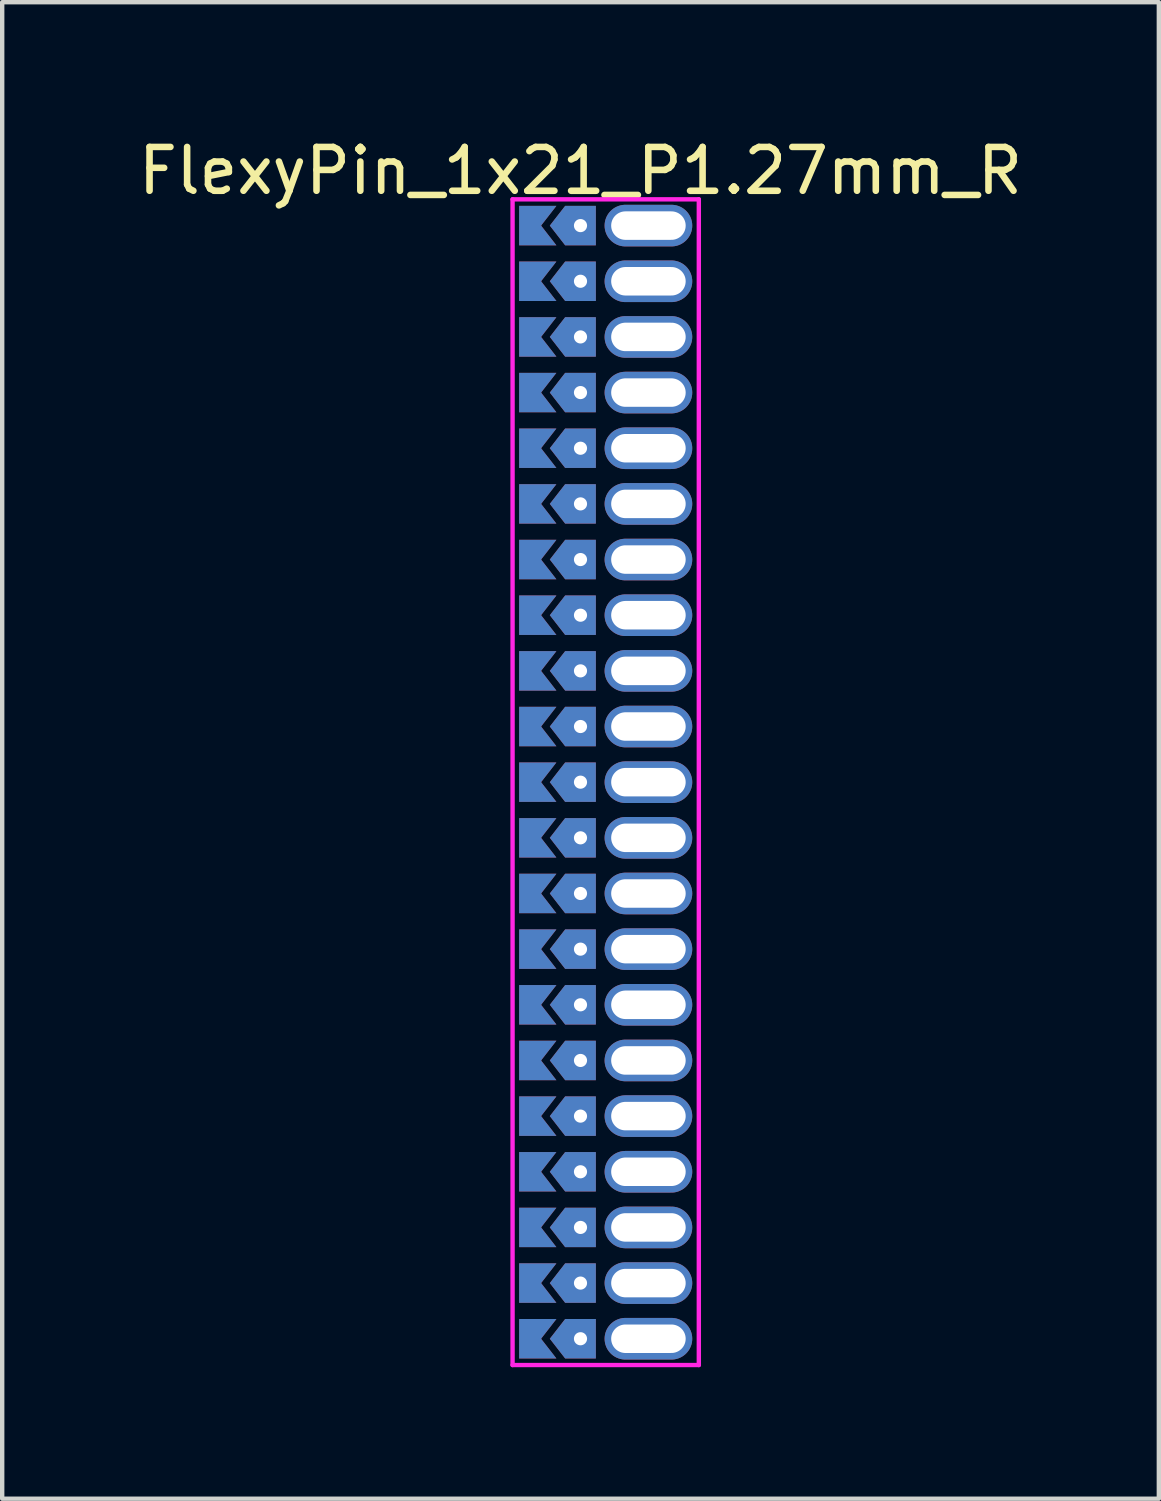
<source format=kicad_pcb>
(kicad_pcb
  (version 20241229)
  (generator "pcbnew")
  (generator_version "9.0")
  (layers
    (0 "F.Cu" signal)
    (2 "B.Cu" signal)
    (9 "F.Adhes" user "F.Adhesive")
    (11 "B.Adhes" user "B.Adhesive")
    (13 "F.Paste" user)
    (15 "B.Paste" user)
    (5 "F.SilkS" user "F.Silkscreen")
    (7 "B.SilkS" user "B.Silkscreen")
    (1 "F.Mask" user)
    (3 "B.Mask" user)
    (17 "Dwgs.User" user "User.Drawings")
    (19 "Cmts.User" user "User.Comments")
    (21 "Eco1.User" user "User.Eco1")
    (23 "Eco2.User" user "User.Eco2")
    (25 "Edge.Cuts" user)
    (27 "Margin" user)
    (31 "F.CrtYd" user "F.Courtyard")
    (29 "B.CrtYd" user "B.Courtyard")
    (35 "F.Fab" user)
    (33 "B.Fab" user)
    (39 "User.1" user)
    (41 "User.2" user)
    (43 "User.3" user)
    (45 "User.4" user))
  (footprint "FlexyPin_1x21_P1.27mm_R"
    (layer "F.Cu")
    (at 10.196 2.098)
    (property "Reference" "FlexyPin_1x21_P1.27mm_R" (at 0 -1.25 0) (layer "F.SilkS") (effects (font (size 1 1) (thickness 0.15))))
    (attr through_hole)
    (fp_line (start -1.55 -0.6) (end 2.7 -0.6) (stroke (width 0.1) (type solid)) (layer "F.CrtYd"))
    (fp_line (start -1.55 26) (end -1.55 -0.6) (stroke (width 0.1) (type solid)) (layer "F.CrtYd"))
    (fp_line (start 2.7 -0.6) (end 2.7 26) (stroke (width 0.1) (type solid)) (layer "F.CrtYd"))
    (fp_line (start 2.7 26) (end -1.55 26) (stroke (width 0.1) (type solid)) (layer "F.CrtYd"))
    (pad "" thru_hole custom (at 0 0) (size 0.3 0.3) (drill 0.6) (layers "*.Cu" "*.Mask") (options (anchor rect)) (primitives (gr_poly (pts (xy 0.35 0.45) (xy 0.35 -0.45) (xy -0.35 -0.45) (xy -0.7 0) (xy -0.35 0.45)) (width 0) (fill yes))))
    (pad "" thru_hole custom (at 0 1.27) (size 0.3 0.3) (drill 0.6) (layers "*.Cu" "*.Mask") (options (anchor rect)) (primitives (gr_poly (pts (xy 0.35 0.45) (xy 0.35 -0.45) (xy -0.35 -0.45) (xy -0.7 0) (xy -0.35 0.45)) (width 0) (fill yes))))
    (pad "" thru_hole custom (at 0 2.54) (size 0.3 0.3) (drill 0.6) (layers "*.Cu" "*.Mask") (options (anchor rect)) (primitives (gr_poly (pts (xy 0.35 0.45) (xy 0.35 -0.45) (xy -0.35 -0.45) (xy -0.7 0) (xy -0.35 0.45)) (width 0) (fill yes))))
    (pad "" thru_hole custom (at 0 3.81) (size 0.3 0.3) (drill 0.6) (layers "*.Cu" "*.Mask") (options (anchor rect)) (primitives (gr_poly (pts (xy 0.35 0.45) (xy 0.35 -0.45) (xy -0.35 -0.45) (xy -0.7 0) (xy -0.35 0.45)) (width 0) (fill yes))))
    (pad "" thru_hole custom (at 0 5.08) (size 0.3 0.3) (drill 0.6) (layers "*.Cu" "*.Mask") (options (anchor rect)) (primitives (gr_poly (pts (xy 0.35 0.45) (xy 0.35 -0.45) (xy -0.35 -0.45) (xy -0.7 0) (xy -0.35 0.45)) (width 0) (fill yes))))
    (pad "" thru_hole custom (at 0 6.35) (size 0.3 0.3) (drill 0.6) (layers "*.Cu" "*.Mask") (options (anchor rect)) (primitives (gr_poly (pts (xy 0.35 0.45) (xy 0.35 -0.45) (xy -0.35 -0.45) (xy -0.7 0) (xy -0.35 0.45)) (width 0) (fill yes))))
    (pad "" thru_hole custom (at 0 7.62) (size 0.3 0.3) (drill 0.6) (layers "*.Cu" "*.Mask") (options (anchor rect)) (primitives (gr_poly (pts (xy 0.35 0.45) (xy 0.35 -0.45) (xy -0.35 -0.45) (xy -0.7 0) (xy -0.35 0.45)) (width 0) (fill yes))))
    (pad "" thru_hole custom (at 0 8.89) (size 0.3 0.3) (drill 0.6) (layers "*.Cu" "*.Mask") (options (anchor rect)) (primitives (gr_poly (pts (xy 0.35 0.45) (xy 0.35 -0.45) (xy -0.35 -0.45) (xy -0.7 0) (xy -0.35 0.45)) (width 0) (fill yes))))
    (pad "" thru_hole custom (at 0 10.16) (size 0.3 0.3) (drill 0.6) (layers "*.Cu" "*.Mask") (options (anchor rect)) (primitives (gr_poly (pts (xy 0.35 0.45) (xy 0.35 -0.45) (xy -0.35 -0.45) (xy -0.7 0) (xy -0.35 0.45)) (width 0) (fill yes))))
    (pad "" thru_hole custom (at 0 11.43) (size 0.3 0.3) (drill 0.6) (layers "*.Cu" "*.Mask") (options (anchor rect)) (primitives (gr_poly (pts (xy 0.35 0.45) (xy 0.35 -0.45) (xy -0.35 -0.45) (xy -0.7 0) (xy -0.35 0.45)) (width 0) (fill yes))))
    (pad "" thru_hole custom (at 0 12.7) (size 0.3 0.3) (drill 0.6) (layers "*.Cu" "*.Mask") (options (anchor rect)) (primitives (gr_poly (pts (xy 0.35 0.45) (xy 0.35 -0.45) (xy -0.35 -0.45) (xy -0.7 0) (xy -0.35 0.45)) (width 0) (fill yes))))
    (pad "" thru_hole custom (at 0 13.97) (size 0.3 0.3) (drill 0.6) (layers "*.Cu" "*.Mask") (options (anchor rect)) (primitives (gr_poly (pts (xy 0.35 0.45) (xy 0.35 -0.45) (xy -0.35 -0.45) (xy -0.7 0) (xy -0.35 0.45)) (width 0) (fill yes))))
    (pad "" thru_hole custom (at 0 15.24) (size 0.3 0.3) (drill 0.6) (layers "*.Cu" "*.Mask") (options (anchor rect)) (primitives (gr_poly (pts (xy 0.35 0.45) (xy 0.35 -0.45) (xy -0.35 -0.45) (xy -0.7 0) (xy -0.35 0.45)) (width 0) (fill yes))))
    (pad "" thru_hole custom (at 0 16.51) (size 0.3 0.3) (drill 0.6) (layers "*.Cu" "*.Mask") (options (anchor rect)) (primitives (gr_poly (pts (xy 0.35 0.45) (xy 0.35 -0.45) (xy -0.35 -0.45) (xy -0.7 0) (xy -0.35 0.45)) (width 0) (fill yes))))
    (pad "" thru_hole custom (at 0 17.78) (size 0.3 0.3) (drill 0.6) (layers "*.Cu" "*.Mask") (options (anchor rect)) (primitives (gr_poly (pts (xy 0.35 0.45) (xy 0.35 -0.45) (xy -0.35 -0.45) (xy -0.7 0) (xy -0.35 0.45)) (width 0) (fill yes))))
    (pad "" thru_hole custom (at 0 19.05) (size 0.3 0.3) (drill 0.6) (layers "*.Cu" "*.Mask") (options (anchor rect)) (primitives (gr_poly (pts (xy 0.35 0.45) (xy 0.35 -0.45) (xy -0.35 -0.45) (xy -0.7 0) (xy -0.35 0.45)) (width 0) (fill yes))))
    (pad "" thru_hole custom (at 0 20.32) (size 0.3 0.3) (drill 0.6) (layers "*.Cu" "*.Mask") (options (anchor rect)) (primitives (gr_poly (pts (xy 0.35 0.45) (xy 0.35 -0.45) (xy -0.35 -0.45) (xy -0.7 0) (xy -0.35 0.45)) (width 0) (fill yes))))
    (pad "" thru_hole custom (at 0 21.59) (size 0.3 0.3) (drill 0.6) (layers "*.Cu" "*.Mask") (options (anchor rect)) (primitives (gr_poly (pts (xy 0.35 0.45) (xy 0.35 -0.45) (xy -0.35 -0.45) (xy -0.7 0) (xy -0.35 0.45)) (width 0) (fill yes))))
    (pad "" thru_hole custom (at 0 22.86) (size 0.3 0.3) (drill 0.6) (layers "*.Cu" "*.Mask") (options (anchor rect)) (primitives (gr_poly (pts (xy 0.35 0.45) (xy 0.35 -0.45) (xy -0.35 -0.45) (xy -0.7 0) (xy -0.35 0.45)) (width 0) (fill yes))))
    (pad "" thru_hole custom (at 0 24.13) (size 0.3 0.3) (drill 0.6) (layers "*.Cu" "*.Mask") (options (anchor rect)) (primitives (gr_poly (pts (xy 0.35 0.45) (xy 0.35 -0.45) (xy -0.35 -0.45) (xy -0.7 0) (xy -0.35 0.45)) (width 0) (fill yes))))
    (pad "" thru_hole custom (at 0 25.4) (size 0.3 0.3) (drill 0.6) (layers "*.Cu" "*.Mask") (options (anchor rect)) (primitives (gr_poly (pts (xy 0.35 0.45) (xy 0.35 -0.45) (xy -0.35 -0.45) (xy -0.7 0) (xy -0.35 0.45)) (width 0) (fill yes))))
    (pad "" thru_hole oval (at 1.55 0) (size 2 0.95) (drill oval 1.7 0.65) (layers "*.Cu" "*.Mask"))
    (pad "" thru_hole oval (at 1.55 1.27) (size 2 0.95) (drill oval 1.7 0.65) (layers "*.Cu" "*.Mask"))
    (pad "" thru_hole oval (at 1.55 2.54) (size 2 0.95) (drill oval 1.7 0.65) (layers "*.Cu" "*.Mask"))
    (pad "" thru_hole oval (at 1.55 3.81) (size 2 0.95) (drill oval 1.7 0.65) (layers "*.Cu" "*.Mask"))
    (pad "" thru_hole oval (at 1.55 5.08) (size 2 0.95) (drill oval 1.7 0.65) (layers "*.Cu" "*.Mask"))
    (pad "" thru_hole oval (at 1.55 6.35) (size 2 0.95) (drill oval 1.7 0.65) (layers "*.Cu" "*.Mask"))
    (pad "" thru_hole oval (at 1.55 7.62) (size 2 0.95) (drill oval 1.7 0.65) (layers "*.Cu" "*.Mask"))
    (pad "" thru_hole oval (at 1.55 8.89) (size 2 0.95) (drill oval 1.7 0.65) (layers "*.Cu" "*.Mask"))
    (pad "" thru_hole oval (at 1.55 10.16) (size 2 0.95) (drill oval 1.7 0.65) (layers "*.Cu" "*.Mask"))
    (pad "" thru_hole oval (at 1.55 11.43) (size 2 0.95) (drill oval 1.7 0.65) (layers "*.Cu" "*.Mask"))
    (pad "" thru_hole oval (at 1.55 12.7) (size 2 0.95) (drill oval 1.7 0.65) (layers "*.Cu" "*.Mask"))
    (pad "" thru_hole oval (at 1.55 13.97) (size 2 0.95) (drill oval 1.7 0.65) (layers "*.Cu" "*.Mask"))
    (pad "" thru_hole oval (at 1.55 15.24) (size 2 0.95) (drill oval 1.7 0.65) (layers "*.Cu" "*.Mask"))
    (pad "" thru_hole oval (at 1.55 16.51) (size 2 0.95) (drill oval 1.7 0.65) (layers "*.Cu" "*.Mask"))
    (pad "" thru_hole oval (at 1.55 17.78) (size 2 0.95) (drill oval 1.7 0.65) (layers "*.Cu" "*.Mask"))
    (pad "" thru_hole oval (at 1.55 19.05) (size 2 0.95) (drill oval 1.7 0.65) (layers "*.Cu" "*.Mask"))
    (pad "" thru_hole oval (at 1.55 20.32) (size 2 0.95) (drill oval 1.7 0.65) (layers "*.Cu" "*.Mask"))
    (pad "" thru_hole oval (at 1.55 21.59) (size 2 0.95) (drill oval 1.7 0.65) (layers "*.Cu" "*.Mask"))
    (pad "" thru_hole oval (at 1.55 22.86) (size 2 0.95) (drill oval 1.7 0.65) (layers "*.Cu" "*.Mask"))
    (pad "" thru_hole oval (at 1.55 24.13) (size 2 0.95) (drill oval 1.7 0.65) (layers "*.Cu" "*.Mask"))
    (pad "" thru_hole oval (at 1.55 25.4) (size 2 0.95) (drill oval 1.7 0.65) (layers "*.Cu" "*.Mask"))
    (pad "1" smd custom (at -0.9 0) (size 0.01 0.01) (layers "F.Cu" "F.Mask") (options (anchor rect)) (primitives (gr_poly (pts (xy 0 0) (xy 0.35 0.45) (xy -0.5 0.45) (xy -0.5 -0.45) (xy 0.35 -0.45)) (width 0) (fill yes))))
    (pad "2" smd custom (at -0.9 1.27) (size 0.01 0.01) (layers "F.Cu" "F.Mask") (options (anchor rect)) (primitives (gr_poly (pts (xy 0 0) (xy 0.35 0.45) (xy -0.5 0.45) (xy -0.5 -0.45) (xy 0.35 -0.45)) (width 0) (fill yes))))
    (pad "3" smd custom (at -0.9 2.54) (size 0.01 0.01) (layers "F.Cu" "F.Mask") (options (anchor rect)) (primitives (gr_poly (pts (xy 0 0) (xy 0.35 0.45) (xy -0.5 0.45) (xy -0.5 -0.45) (xy 0.35 -0.45)) (width 0) (fill yes))))
    (pad "4" smd custom (at -0.9 3.81) (size 0.01 0.01) (layers "F.Cu" "F.Mask") (options (anchor rect)) (primitives (gr_poly (pts (xy 0 0) (xy 0.35 0.45) (xy -0.5 0.45) (xy -0.5 -0.45) (xy 0.35 -0.45)) (width 0) (fill yes))))
    (pad "5" smd custom (at -0.9 5.08) (size 0.01 0.01) (layers "F.Cu" "F.Mask") (options (anchor rect)) (primitives (gr_poly (pts (xy 0 0) (xy 0.35 0.45) (xy -0.5 0.45) (xy -0.5 -0.45) (xy 0.35 -0.45)) (width 0) (fill yes))))
    (pad "6" smd custom (at -0.9 6.35) (size 0.01 0.01) (layers "F.Cu" "F.Mask") (options (anchor rect)) (primitives (gr_poly (pts (xy 0 0) (xy 0.35 0.45) (xy -0.5 0.45) (xy -0.5 -0.45) (xy 0.35 -0.45)) (width 0) (fill yes))))
    (pad "7" smd custom (at -0.9 7.62) (size 0.01 0.01) (layers "F.Cu" "F.Mask") (options (anchor rect)) (primitives (gr_poly (pts (xy 0 0) (xy 0.35 0.45) (xy -0.5 0.45) (xy -0.5 -0.45) (xy 0.35 -0.45)) (width 0) (fill yes))))
    (pad "8" smd custom (at -0.9 8.89) (size 0.01 0.01) (layers "F.Cu" "F.Mask") (options (anchor rect)) (primitives (gr_poly (pts (xy 0 0) (xy 0.35 0.45) (xy -0.5 0.45) (xy -0.5 -0.45) (xy 0.35 -0.45)) (width 0) (fill yes))))
    (pad "9" smd custom (at -0.9 10.16) (size 0.01 0.01) (layers "F.Cu" "F.Mask") (options (anchor rect)) (primitives (gr_poly (pts (xy 0 0) (xy 0.35 0.45) (xy -0.5 0.45) (xy -0.5 -0.45) (xy 0.35 -0.45)) (width 0) (fill yes))))
    (pad "10" smd custom (at -0.9 11.43) (size 0.01 0.01) (layers "F.Cu" "F.Mask") (options (anchor rect)) (primitives (gr_poly (pts (xy 0 0) (xy 0.35 0.45) (xy -0.5 0.45) (xy -0.5 -0.45) (xy 0.35 -0.45)) (width 0) (fill yes))))
    (pad "11" smd custom (at -0.9 12.7) (size 0.01 0.01) (layers "F.Cu" "F.Mask") (options (anchor rect)) (primitives (gr_poly (pts (xy 0 0) (xy 0.35 0.45) (xy -0.5 0.45) (xy -0.5 -0.45) (xy 0.35 -0.45)) (width 0) (fill yes))))
    (pad "12" smd custom (at -0.9 13.97) (size 0.01 0.01) (layers "F.Cu" "F.Mask") (options (anchor rect)) (primitives (gr_poly (pts (xy 0 0) (xy 0.35 0.45) (xy -0.5 0.45) (xy -0.5 -0.45) (xy 0.35 -0.45)) (width 0) (fill yes))))
    (pad "13" smd custom (at -0.9 15.24) (size 0.01 0.01) (layers "F.Cu" "F.Mask") (options (anchor rect)) (primitives (gr_poly (pts (xy 0 0) (xy 0.35 0.45) (xy -0.5 0.45) (xy -0.5 -0.45) (xy 0.35 -0.45)) (width 0) (fill yes))))
    (pad "14" smd custom (at -0.9 16.51) (size 0.01 0.01) (layers "F.Cu" "F.Mask") (options (anchor rect)) (primitives (gr_poly (pts (xy 0 0) (xy 0.35 0.45) (xy -0.5 0.45) (xy -0.5 -0.45) (xy 0.35 -0.45)) (width 0) (fill yes))))
    (pad "15" smd custom (at -0.9 17.78) (size 0.01 0.01) (layers "F.Cu" "F.Mask") (options (anchor rect)) (primitives (gr_poly (pts (xy 0 0) (xy 0.35 0.45) (xy -0.5 0.45) (xy -0.5 -0.45) (xy 0.35 -0.45)) (width 0) (fill yes))))
    (pad "16" smd custom (at -0.9 19.05) (size 0.01 0.01) (layers "F.Cu" "F.Mask") (options (anchor rect)) (primitives (gr_poly (pts (xy 0 0) (xy 0.35 0.45) (xy -0.5 0.45) (xy -0.5 -0.45) (xy 0.35 -0.45)) (width 0) (fill yes))))
    (pad "17" smd custom (at -0.9 20.32) (size 0.01 0.01) (layers "F.Cu" "F.Mask") (options (anchor rect)) (primitives (gr_poly (pts (xy 0 0) (xy 0.35 0.45) (xy -0.5 0.45) (xy -0.5 -0.45) (xy 0.35 -0.45)) (width 0) (fill yes))))
    (pad "18" smd custom (at -0.9 21.59) (size 0.01 0.01) (layers "F.Cu" "F.Mask") (options (anchor rect)) (primitives (gr_poly (pts (xy 0 0) (xy 0.35 0.45) (xy -0.5 0.45) (xy -0.5 -0.45) (xy 0.35 -0.45)) (width 0) (fill yes))))
    (pad "19" smd custom (at -0.9 22.86) (size 0.01 0.01) (layers "F.Cu" "F.Mask") (options (anchor rect)) (primitives (gr_poly (pts (xy 0 0) (xy 0.35 0.45) (xy -0.5 0.45) (xy -0.5 -0.45) (xy 0.35 -0.45)) (width 0) (fill yes))))
    (pad "20" smd custom (at -0.9 24.13) (size 0.01 0.01) (layers "F.Cu" "F.Mask") (options (anchor rect)) (primitives (gr_poly (pts (xy 0 0) (xy 0.35 0.45) (xy -0.5 0.45) (xy -0.5 -0.45) (xy 0.35 -0.45)) (width 0) (fill yes))))
    (pad "21" smd custom (at -0.9 25.4) (size 0.01 0.01) (layers "F.Cu" "F.Mask") (options (anchor rect)) (primitives (gr_poly (pts (xy 0 0) (xy 0.35 0.45) (xy -0.5 0.45) (xy -0.5 -0.45) (xy 0.35 -0.45)) (width 0) (fill yes))))
    (pad "22" smd custom (at -0.9 0) (size 0.01 0.01) (layers "B.Cu" "B.Mask") (options (anchor rect)) (primitives (gr_poly (pts (xy 0 0) (xy 0.35 0.45) (xy -0.5 0.45) (xy -0.5 -0.45) (xy 0.35 -0.45)) (width 0) (fill yes))))
    (pad "23" smd custom (at -0.9 1.27) (size 0.01 0.01) (layers "B.Cu" "B.Mask") (options (anchor rect)) (primitives (gr_poly (pts (xy 0 0) (xy 0.35 0.45) (xy -0.5 0.45) (xy -0.5 -0.45) (xy 0.35 -0.45)) (width 0) (fill yes))))
    (pad "24" smd custom (at -0.9 2.54) (size 0.01 0.01) (layers "B.Cu" "B.Mask") (options (anchor rect)) (primitives (gr_poly (pts (xy 0 0) (xy 0.35 0.45) (xy -0.5 0.45) (xy -0.5 -0.45) (xy 0.35 -0.45)) (width 0) (fill yes))))
    (pad "25" smd custom (at -0.9 3.81) (size 0.01 0.01) (layers "B.Cu" "B.Mask") (options (anchor rect)) (primitives (gr_poly (pts (xy 0 0) (xy 0.35 0.45) (xy -0.5 0.45) (xy -0.5 -0.45) (xy 0.35 -0.45)) (width 0) (fill yes))))
    (pad "26" smd custom (at -0.9 5.08) (size 0.01 0.01) (layers "B.Cu" "B.Mask") (options (anchor rect)) (primitives (gr_poly (pts (xy 0 0) (xy 0.35 0.45) (xy -0.5 0.45) (xy -0.5 -0.45) (xy 0.35 -0.45)) (width 0) (fill yes))))
    (pad "27" smd custom (at -0.9 6.35) (size 0.01 0.01) (layers "B.Cu" "B.Mask") (options (anchor rect)) (primitives (gr_poly (pts (xy 0 0) (xy 0.35 0.45) (xy -0.5 0.45) (xy -0.5 -0.45) (xy 0.35 -0.45)) (width 0) (fill yes))))
    (pad "28" smd custom (at -0.9 7.62) (size 0.01 0.01) (layers "B.Cu" "B.Mask") (options (anchor rect)) (primitives (gr_poly (pts (xy 0 0) (xy 0.35 0.45) (xy -0.5 0.45) (xy -0.5 -0.45) (xy 0.35 -0.45)) (width 0) (fill yes))))
    (pad "29" smd custom (at -0.9 8.89) (size 0.01 0.01) (layers "B.Cu" "B.Mask") (options (anchor rect)) (primitives (gr_poly (pts (xy 0 0) (xy 0.35 0.45) (xy -0.5 0.45) (xy -0.5 -0.45) (xy 0.35 -0.45)) (width 0) (fill yes))))
    (pad "30" smd custom (at -0.9 10.16) (size 0.01 0.01) (layers "B.Cu" "B.Mask") (options (anchor rect)) (primitives (gr_poly (pts (xy 0 0) (xy 0.35 0.45) (xy -0.5 0.45) (xy -0.5 -0.45) (xy 0.35 -0.45)) (width 0) (fill yes))))
    (pad "31" smd custom (at -0.9 11.43) (size 0.01 0.01) (layers "B.Cu" "B.Mask") (options (anchor rect)) (primitives (gr_poly (pts (xy 0 0) (xy 0.35 0.45) (xy -0.5 0.45) (xy -0.5 -0.45) (xy 0.35 -0.45)) (width 0) (fill yes))))
    (pad "32" smd custom (at -0.9 12.7) (size 0.01 0.01) (layers "B.Cu" "B.Mask") (options (anchor rect)) (primitives (gr_poly (pts (xy 0 0) (xy 0.35 0.45) (xy -0.5 0.45) (xy -0.5 -0.45) (xy 0.35 -0.45)) (width 0) (fill yes))))
    (pad "33" smd custom (at -0.9 13.97) (size 0.01 0.01) (layers "B.Cu" "B.Mask") (options (anchor rect)) (primitives (gr_poly (pts (xy 0 0) (xy 0.35 0.45) (xy -0.5 0.45) (xy -0.5 -0.45) (xy 0.35 -0.45)) (width 0) (fill yes))))
    (pad "34" smd custom (at -0.9 15.24) (size 0.01 0.01) (layers "B.Cu" "B.Mask") (options (anchor rect)) (primitives (gr_poly (pts (xy 0 0) (xy 0.35 0.45) (xy -0.5 0.45) (xy -0.5 -0.45) (xy 0.35 -0.45)) (width 0) (fill yes))))
    (pad "35" smd custom (at -0.9 16.51) (size 0.01 0.01) (layers "B.Cu" "B.Mask") (options (anchor rect)) (primitives (gr_poly (pts (xy 0 0) (xy 0.35 0.45) (xy -0.5 0.45) (xy -0.5 -0.45) (xy 0.35 -0.45)) (width 0) (fill yes))))
    (pad "36" smd custom (at -0.9 17.78) (size 0.01 0.01) (layers "B.Cu" "B.Mask") (options (anchor rect)) (primitives (gr_poly (pts (xy 0 0) (xy 0.35 0.45) (xy -0.5 0.45) (xy -0.5 -0.45) (xy 0.35 -0.45)) (width 0) (fill yes))))
    (pad "37" smd custom (at -0.9 19.05) (size 0.01 0.01) (layers "B.Cu" "B.Mask") (options (anchor rect)) (primitives (gr_poly (pts (xy 0 0) (xy 0.35 0.45) (xy -0.5 0.45) (xy -0.5 -0.45) (xy 0.35 -0.45)) (width 0) (fill yes))))
    (pad "38" smd custom (at -0.9 20.32) (size 0.01 0.01) (layers "B.Cu" "B.Mask") (options (anchor rect)) (primitives (gr_poly (pts (xy 0 0) (xy 0.35 0.45) (xy -0.5 0.45) (xy -0.5 -0.45) (xy 0.35 -0.45)) (width 0) (fill yes))))
    (pad "39" smd custom (at -0.9 21.59) (size 0.01 0.01) (layers "B.Cu" "B.Mask") (options (anchor rect)) (primitives (gr_poly (pts (xy 0 0) (xy 0.35 0.45) (xy -0.5 0.45) (xy -0.5 -0.45) (xy 0.35 -0.45)) (width 0) (fill yes))))
    (pad "40" smd custom (at -0.9 22.86) (size 0.01 0.01) (layers "B.Cu" "B.Mask") (options (anchor rect)) (primitives (gr_poly (pts (xy 0 0) (xy 0.35 0.45) (xy -0.5 0.45) (xy -0.5 -0.45) (xy 0.35 -0.45)) (width 0) (fill yes))))
    (pad "41" smd custom (at -0.9 24.13) (size 0.01 0.01) (layers "B.Cu" "B.Mask") (options (anchor rect)) (primitives (gr_poly (pts (xy 0 0) (xy 0.35 0.45) (xy -0.5 0.45) (xy -0.5 -0.45) (xy 0.35 -0.45)) (width 0) (fill yes))))
    (pad "42" smd custom (at -0.9 25.4) (size 0.01 0.01) (layers "B.Cu" "B.Mask") (options (anchor rect)) (primitives (gr_poly (pts (xy 0 0) (xy 0.35 0.45) (xy -0.5 0.45) (xy -0.5 -0.45) (xy 0.35 -0.45)) (width 0) (fill yes)))))
  (gr_rect
    (start -3 -3)
    (end 23.393 31.148)
    (stroke (width 0.1) (type default))
    (fill no)
    (layer "Edge.Cuts")))
</source>
